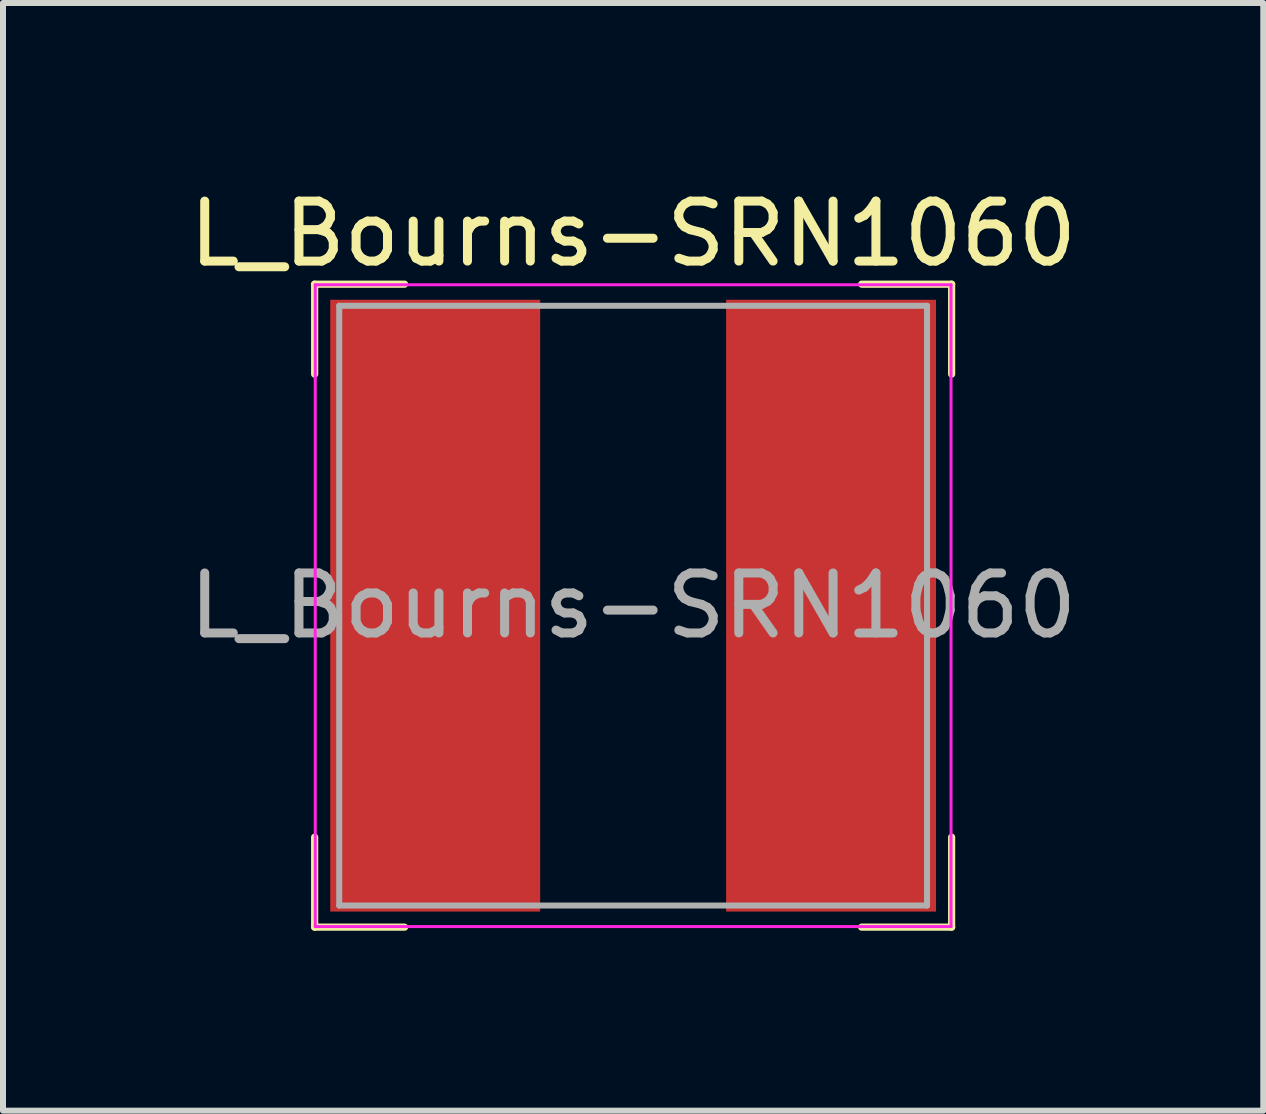
<source format=kicad_pcb>
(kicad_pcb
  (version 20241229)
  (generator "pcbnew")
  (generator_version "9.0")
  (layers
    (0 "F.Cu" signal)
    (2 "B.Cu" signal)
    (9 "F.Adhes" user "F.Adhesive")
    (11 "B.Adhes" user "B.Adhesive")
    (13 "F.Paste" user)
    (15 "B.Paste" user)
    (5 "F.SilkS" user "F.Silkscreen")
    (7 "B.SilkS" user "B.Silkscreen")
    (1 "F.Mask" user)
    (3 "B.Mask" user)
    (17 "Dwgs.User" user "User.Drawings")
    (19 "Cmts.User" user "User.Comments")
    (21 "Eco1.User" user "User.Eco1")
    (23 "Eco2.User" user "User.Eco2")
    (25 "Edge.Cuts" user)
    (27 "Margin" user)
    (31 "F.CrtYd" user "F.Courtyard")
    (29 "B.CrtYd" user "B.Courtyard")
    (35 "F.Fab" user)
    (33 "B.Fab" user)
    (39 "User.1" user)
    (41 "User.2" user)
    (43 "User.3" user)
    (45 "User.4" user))
  (footprint "L_Bourns-SRN1060"
    (layer "F.Cu")
    (at 7.506 7.048)
    (property "Reference" "L_Bourns-SRN1060" (at 0 -6.2 0) (layer "F.SilkS") (effects (font (size 1 1) (thickness 0.15))))
    (attr smd)
    (fp_line (start -5.31 -5.36) (end -5.31 -3.86) (stroke (width 0.12) (type solid)) (layer "F.SilkS"))
    (fp_line (start -5.31 -5.36) (end -3.81 -5.36) (stroke (width 0.12) (type solid)) (layer "F.SilkS"))
    (fp_line (start -5.31 5.36) (end -5.31 3.86) (stroke (width 0.12) (type solid)) (layer "F.SilkS"))
    (fp_line (start -5.31 5.36) (end -3.81 5.36) (stroke (width 0.12) (type solid)) (layer "F.SilkS"))
    (fp_line (start 5.31 -5.36) (end 3.81 -5.36) (stroke (width 0.12) (type solid)) (layer "F.SilkS"))
    (fp_line (start 5.31 -5.36) (end 5.31 -3.86) (stroke (width 0.12) (type solid)) (layer "F.SilkS"))
    (fp_line (start 5.31 5.36) (end 3.81 5.36) (stroke (width 0.12) (type solid)) (layer "F.SilkS"))
    (fp_line (start 5.31 5.36) (end 5.31 3.86) (stroke (width 0.12) (type solid)) (layer "F.SilkS"))
    (fp_line (start -5.3 -5.35) (end -5.3 5.35) (stroke (width 0.05) (type solid)) (layer "F.CrtYd"))
    (fp_line (start -5.3 -5.35) (end 5.3 -5.35) (stroke (width 0.05) (type solid)) (layer "F.CrtYd"))
    (fp_line (start -5.3 5.35) (end 5.3 5.35) (stroke (width 0.05) (type solid)) (layer "F.CrtYd"))
    (fp_line (start 5.3 -5.35) (end 5.3 5.35) (stroke (width 0.05) (type solid)) (layer "F.CrtYd"))
    (fp_line (start -4.9 -5) (end -4.9 5) (stroke (width 0.1) (type solid)) (layer "F.Fab"))
    (fp_line (start -4.9 -5) (end 4.9 -5) (stroke (width 0.1) (type solid)) (layer "F.Fab"))
    (fp_line (start -4.9 5) (end 4.9 5) (stroke (width 0.1) (type solid)) (layer "F.Fab"))
    (fp_line (start 4.9 -5) (end 4.9 5) (stroke (width 0.1) (type solid)) (layer "F.Fab"))
    (fp_text user "${REFERENCE}" (at 0 0 0) (layer "F.Fab") (effects (font (size 1 1) (thickness 0.15))))
    (pad "1" smd rect (at -3.3 0) (size 3.5 10.2) (layers "F.Cu" "F.Mask" "F.Paste"))
    (pad "2" smd rect (at 3.3 0) (size 3.5 10.2) (layers "F.Cu" "F.Mask" "F.Paste")))
  (gr_rect
    (start -3 -3)
    (end 18.012 15.468)
    (stroke (width 0.1) (type default))
    (fill no)
    (layer "Edge.Cuts")))
</source>
